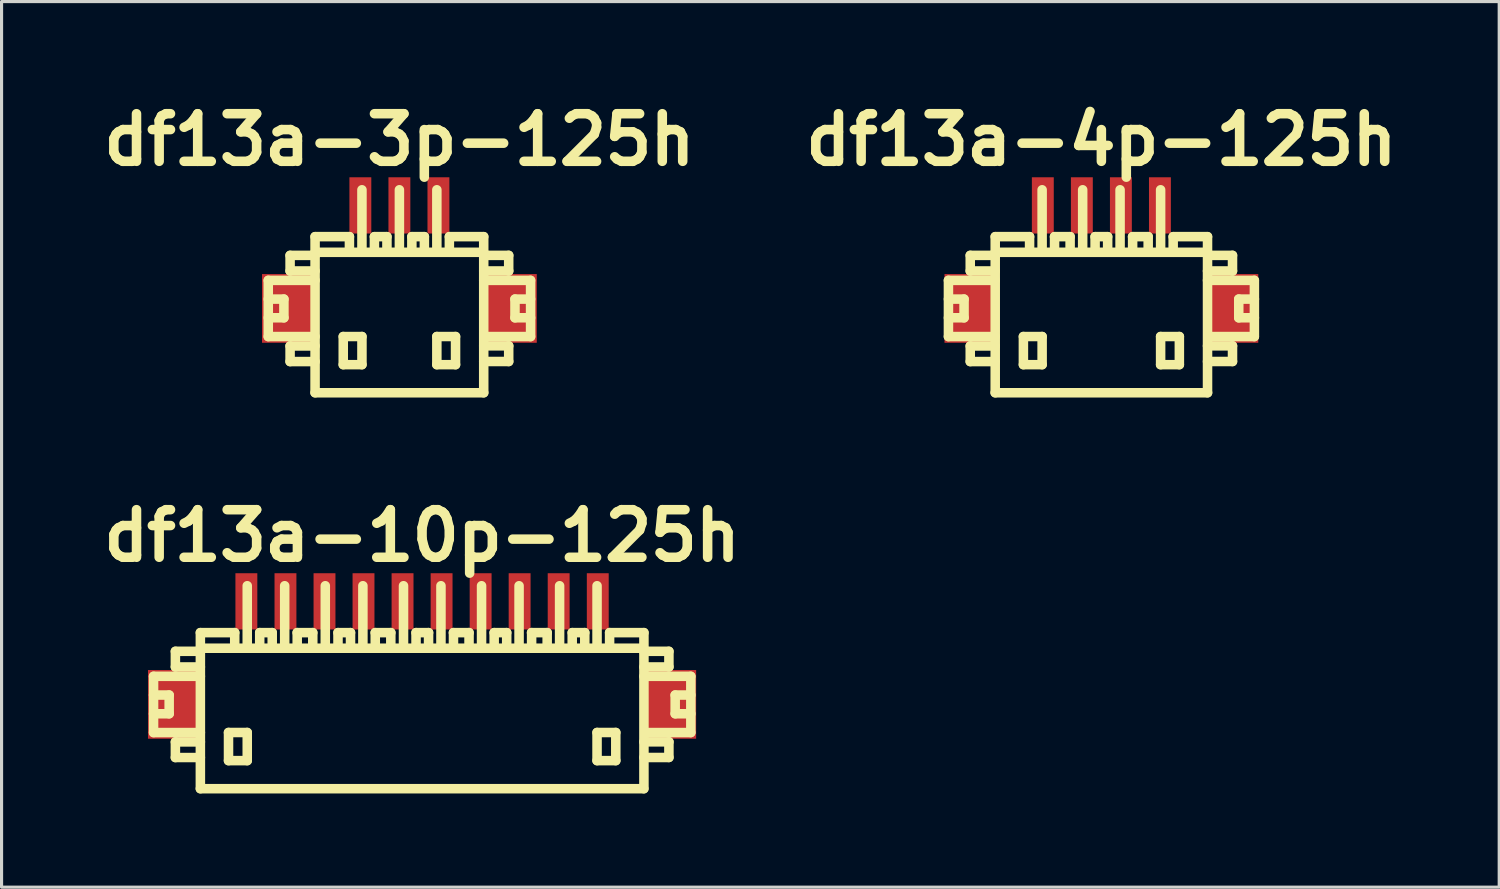
<source format=kicad_pcb>
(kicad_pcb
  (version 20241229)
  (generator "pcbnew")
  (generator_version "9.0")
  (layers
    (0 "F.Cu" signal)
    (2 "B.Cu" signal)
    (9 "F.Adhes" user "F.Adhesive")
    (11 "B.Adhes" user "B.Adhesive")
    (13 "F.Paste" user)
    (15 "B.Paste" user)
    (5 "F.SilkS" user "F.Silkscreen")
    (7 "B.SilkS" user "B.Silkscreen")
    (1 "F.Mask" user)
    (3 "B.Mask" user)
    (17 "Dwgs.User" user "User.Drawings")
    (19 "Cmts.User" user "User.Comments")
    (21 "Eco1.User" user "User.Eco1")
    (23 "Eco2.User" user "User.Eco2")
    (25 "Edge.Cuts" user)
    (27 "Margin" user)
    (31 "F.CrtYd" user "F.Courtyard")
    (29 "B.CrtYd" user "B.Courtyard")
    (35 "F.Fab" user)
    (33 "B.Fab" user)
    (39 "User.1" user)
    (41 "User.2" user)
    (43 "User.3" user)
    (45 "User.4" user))
  (footprint "df13a-4p-125h"
    (layer "F.Cu")
    (at 32.217 7.027)
    (property "Reference" "df13a-4p-125h" (at 0 -5.601 0) (layer "F.SilkS") (effects (font (size 1.524 1.524) (thickness 0.305))))
    (attr through_hole)
    (fp_line (start -4.897 -1.1) (end -4.897 0.701) (stroke (width 0.305) (type solid)) (layer "F.SilkS"))
    (fp_line (start -4.897 0.701) (end -3.399 0.701) (stroke (width 0.305) (type solid)) (layer "F.SilkS"))
    (fp_line (start -4.397 -0.5) (end -4.897 -0.5) (stroke (width 0.305) (type solid)) (layer "F.SilkS"))
    (fp_line (start -4.397 0.099) (end -4.897 0.099) (stroke (width 0.305) (type solid)) (layer "F.SilkS"))
    (fp_line (start -4.397 0.099) (end -4.397 -0.5) (stroke (width 0.305) (type solid)) (layer "F.SilkS"))
    (fp_line (start -4.199 -1.9) (end -4.199 -1.4) (stroke (width 0.305) (type solid)) (layer "F.SilkS"))
    (fp_line (start -4.199 -1.9) (end -3.399 -1.9) (stroke (width 0.305) (type solid)) (layer "F.SilkS"))
    (fp_line (start -4.199 1.001) (end -4.199 1.501) (stroke (width 0.305) (type solid)) (layer "F.SilkS"))
    (fp_line (start -4.199 1.501) (end -3.399 1.501) (stroke (width 0.305) (type solid)) (layer "F.SilkS"))
    (fp_line (start -3.401 -1.999) (end 3.401 -1.999) (stroke (width 0.305) (type solid)) (layer "F.SilkS"))
    (fp_line (start -3.401 2.499) (end 3.401 2.499) (stroke (width 0.305) (type solid)) (layer "F.SilkS"))
    (fp_line (start -3.399 -1.4) (end -4.199 -1.4) (stroke (width 0.305) (type solid)) (layer "F.SilkS"))
    (fp_line (start -3.399 -1.1) (end -4.897 -1.1) (stroke (width 0.305) (type solid)) (layer "F.SilkS"))
    (fp_line (start -3.399 1.001) (end -4.199 1.001) (stroke (width 0.305) (type solid)) (layer "F.SilkS"))
    (fp_line (start -3.399 2.499) (end -3.399 -2.499) (stroke (width 0.305) (type solid)) (layer "F.SilkS"))
    (fp_line (start -2.497 0.699) (end -2.497 1.6) (stroke (width 0.305) (type solid)) (layer "F.SilkS"))
    (fp_line (start -2.497 1.6) (end -1.897 1.6) (stroke (width 0.305) (type solid)) (layer "F.SilkS"))
    (fp_line (start -2.299 -2.499) (end -3.399 -2.499) (stroke (width 0.305) (type solid)) (layer "F.SilkS"))
    (fp_line (start -2.299 -2.499) (end -2.299 -1.999) (stroke (width 0.305) (type solid)) (layer "F.SilkS"))
    (fp_line (start -1.897 -4) (end -1.897 -1.999) (stroke (width 0.305) (type solid)) (layer "F.SilkS"))
    (fp_line (start -1.897 0.699) (end -2.497 0.699) (stroke (width 0.305) (type solid)) (layer "F.SilkS"))
    (fp_line (start -1.897 1.6) (end -1.897 0.699) (stroke (width 0.305) (type solid)) (layer "F.SilkS"))
    (fp_line (start -1.501 -2.499) (end -1.001 -2.499) (stroke (width 0.305) (type solid)) (layer "F.SilkS"))
    (fp_line (start -1.499 -1.999) (end -1.499 -2.499) (stroke (width 0.305) (type solid)) (layer "F.SilkS"))
    (fp_line (start -1.001 -2.499) (end -1.001 -1.999) (stroke (width 0.305) (type solid)) (layer "F.SilkS"))
    (fp_line (start -0.599 -1.999) (end -0.599 -4) (stroke (width 0.305) (type solid)) (layer "F.SilkS"))
    (fp_line (start -0.201 -2.499) (end -0.201 -1.999) (stroke (width 0.305) (type solid)) (layer "F.SilkS"))
    (fp_line (start 0.201 -2.499) (end -0.201 -2.499) (stroke (width 0.305) (type solid)) (layer "F.SilkS"))
    (fp_line (start 0.201 -2.499) (end 0.201 -1.999) (stroke (width 0.305) (type solid)) (layer "F.SilkS"))
    (fp_line (start 0.599 -1.999) (end 0.599 -4) (stroke (width 0.305) (type solid)) (layer "F.SilkS"))
    (fp_line (start 0.998 -2.499) (end 1.499 -2.499) (stroke (width 0.305) (type solid)) (layer "F.SilkS"))
    (fp_line (start 1.001 -1.999) (end 1.001 -2.499) (stroke (width 0.305) (type solid)) (layer "F.SilkS"))
    (fp_line (start 1.499 -2.499) (end 1.499 -1.999) (stroke (width 0.305) (type solid)) (layer "F.SilkS"))
    (fp_line (start 1.897 -1.999) (end 1.897 -4) (stroke (width 0.305) (type solid)) (layer "F.SilkS"))
    (fp_line (start 1.897 0.699) (end 2.497 0.699) (stroke (width 0.305) (type solid)) (layer "F.SilkS"))
    (fp_line (start 1.897 1.6) (end 1.897 0.699) (stroke (width 0.305) (type solid)) (layer "F.SilkS"))
    (fp_line (start 2.299 -2.499) (end 2.299 -1.999) (stroke (width 0.305) (type solid)) (layer "F.SilkS"))
    (fp_line (start 2.497 0.699) (end 2.497 1.6) (stroke (width 0.305) (type solid)) (layer "F.SilkS"))
    (fp_line (start 2.497 1.6) (end 1.897 1.6) (stroke (width 0.305) (type solid)) (layer "F.SilkS"))
    (fp_line (start 3.399 -2.499) (end 2.299 -2.499) (stroke (width 0.305) (type solid)) (layer "F.SilkS"))
    (fp_line (start 3.399 -2.499) (end 3.399 2.499) (stroke (width 0.305) (type solid)) (layer "F.SilkS"))
    (fp_line (start 3.399 -1.9) (end 4.199 -1.9) (stroke (width 0.305) (type solid)) (layer "F.SilkS"))
    (fp_line (start 3.399 0.998) (end 4.199 0.998) (stroke (width 0.305) (type solid)) (layer "F.SilkS"))
    (fp_line (start 4.199 -1.9) (end 4.199 -1.4) (stroke (width 0.305) (type solid)) (layer "F.SilkS"))
    (fp_line (start 4.199 -1.4) (end 3.399 -1.4) (stroke (width 0.305) (type solid)) (layer "F.SilkS"))
    (fp_line (start 4.199 0.998) (end 4.199 1.499) (stroke (width 0.305) (type solid)) (layer "F.SilkS"))
    (fp_line (start 4.199 1.499) (end 3.399 1.499) (stroke (width 0.305) (type solid)) (layer "F.SilkS"))
    (fp_line (start 4.399 0.099) (end 4.399 -0.5) (stroke (width 0.305) (type solid)) (layer "F.SilkS"))
    (fp_line (start 4.897 -1.1) (end 3.399 -1.1) (stroke (width 0.305) (type solid)) (layer "F.SilkS"))
    (fp_line (start 4.897 0.701) (end 3.498 0.701) (stroke (width 0.305) (type solid)) (layer "F.SilkS"))
    (fp_line (start 4.9 -1.1) (end 4.9 0.701) (stroke (width 0.305) (type solid)) (layer "F.SilkS"))
    (fp_line (start 4.9 -0.5) (end 4.399 -0.5) (stroke (width 0.305) (type solid)) (layer "F.SilkS"))
    (fp_line (start 4.9 0.099) (end 4.399 0.099) (stroke (width 0.305) (type solid)) (layer "F.SilkS"))
    (pad "" smd rect (at -4.224 -0.201) (size 1.6 2.2) (layers "F.Cu" "F.Mask" "F.Paste"))
    (pad "" smd rect (at 4.224 -0.201) (size 1.6 2.2) (layers "F.Cu" "F.Mask" "F.Paste"))
    (pad "1" smd rect (at 1.875 -3.5) (size 0.701 1.801) (layers "F.Cu" "F.Mask" "F.Paste"))
    (pad "2" smd rect (at 0.625 -3.5) (size 0.701 1.801) (layers "F.Cu" "F.Mask" "F.Paste"))
    (pad "3" smd rect (at -0.625 -3.5) (size 0.701 1.801) (layers "F.Cu" "F.Mask" "F.Paste"))
    (pad "4" smd rect (at -1.875 -3.5) (size 0.701 1.801) (layers "F.Cu" "F.Mask" "F.Paste")))
  (footprint "df13a-3p-125h"
    (layer "F.Cu")
    (at 9.739 7.027)
    (property "Reference" "df13a-3p-125h" (at 0 -5.601 0) (layer "F.SilkS") (effects (font (size 1.524 1.524) (thickness 0.305))))
    (attr through_hole)
    (fp_line (start -4.199 -1.1) (end -4.199 0.701) (stroke (width 0.305) (type solid)) (layer "F.SilkS"))
    (fp_line (start -4.199 0.701) (end -2.7 0.701) (stroke (width 0.305) (type solid)) (layer "F.SilkS"))
    (fp_line (start -3.698 -0.5) (end -4.199 -0.5) (stroke (width 0.305) (type solid)) (layer "F.SilkS"))
    (fp_line (start -3.698 0.099) (end -4.199 0.099) (stroke (width 0.305) (type solid)) (layer "F.SilkS"))
    (fp_line (start -3.698 0.099) (end -3.698 -0.5) (stroke (width 0.305) (type solid)) (layer "F.SilkS"))
    (fp_line (start -3.5 -1.9) (end -3.5 -1.4) (stroke (width 0.305) (type solid)) (layer "F.SilkS"))
    (fp_line (start -3.5 -1.9) (end -2.7 -1.9) (stroke (width 0.305) (type solid)) (layer "F.SilkS"))
    (fp_line (start -3.5 1.001) (end -3.5 1.501) (stroke (width 0.305) (type solid)) (layer "F.SilkS"))
    (fp_line (start -3.5 1.501) (end -2.7 1.501) (stroke (width 0.305) (type solid)) (layer "F.SilkS"))
    (fp_line (start -2.7 -1.999) (end 2.7 -1.999) (stroke (width 0.305) (type solid)) (layer "F.SilkS"))
    (fp_line (start -2.7 -1.4) (end -3.5 -1.4) (stroke (width 0.305) (type solid)) (layer "F.SilkS"))
    (fp_line (start -2.7 -1.1) (end -4.199 -1.1) (stroke (width 0.305) (type solid)) (layer "F.SilkS"))
    (fp_line (start -2.7 1.001) (end -3.5 1.001) (stroke (width 0.305) (type solid)) (layer "F.SilkS"))
    (fp_line (start -2.7 2.499) (end -2.7 -2.499) (stroke (width 0.305) (type solid)) (layer "F.SilkS"))
    (fp_line (start -2.7 2.499) (end 2.7 2.499) (stroke (width 0.305) (type solid)) (layer "F.SilkS"))
    (fp_line (start -1.798 0.699) (end -1.798 1.6) (stroke (width 0.305) (type solid)) (layer "F.SilkS"))
    (fp_line (start -1.798 1.6) (end -1.199 1.6) (stroke (width 0.305) (type solid)) (layer "F.SilkS"))
    (fp_line (start -1.6 -2.499) (end -2.7 -2.499) (stroke (width 0.305) (type solid)) (layer "F.SilkS"))
    (fp_line (start -1.6 -2.499) (end -1.6 -1.999) (stroke (width 0.305) (type solid)) (layer "F.SilkS"))
    (fp_line (start -1.199 -4) (end -1.199 -1.999) (stroke (width 0.305) (type solid)) (layer "F.SilkS"))
    (fp_line (start -1.199 0.699) (end -1.798 0.699) (stroke (width 0.305) (type solid)) (layer "F.SilkS"))
    (fp_line (start -1.199 1.6) (end -1.199 0.699) (stroke (width 0.305) (type solid)) (layer "F.SilkS"))
    (fp_line (start -0.8 -2.499) (end -0.399 -2.499) (stroke (width 0.305) (type solid)) (layer "F.SilkS"))
    (fp_line (start -0.8 -1.999) (end -0.8 -2.499) (stroke (width 0.305) (type solid)) (layer "F.SilkS"))
    (fp_line (start -0.399 -2.499) (end -0.399 -1.999) (stroke (width 0.305) (type solid)) (layer "F.SilkS"))
    (fp_line (start 0 -1.999) (end 0 -4) (stroke (width 0.305) (type solid)) (layer "F.SilkS"))
    (fp_line (start 0.399 -2.499) (end 0.399 -1.999) (stroke (width 0.305) (type solid)) (layer "F.SilkS"))
    (fp_line (start 0.8 -2.499) (end 0.399 -2.499) (stroke (width 0.305) (type solid)) (layer "F.SilkS"))
    (fp_line (start 0.8 -2.499) (end 0.8 -1.999) (stroke (width 0.305) (type solid)) (layer "F.SilkS"))
    (fp_line (start 1.199 -1.999) (end 1.199 -4) (stroke (width 0.305) (type solid)) (layer "F.SilkS"))
    (fp_line (start 1.199 0.699) (end 1.798 0.699) (stroke (width 0.305) (type solid)) (layer "F.SilkS"))
    (fp_line (start 1.199 1.6) (end 1.199 0.699) (stroke (width 0.305) (type solid)) (layer "F.SilkS"))
    (fp_line (start 1.6 -2.499) (end 1.6 -1.999) (stroke (width 0.305) (type solid)) (layer "F.SilkS"))
    (fp_line (start 1.798 0.699) (end 1.798 1.6) (stroke (width 0.305) (type solid)) (layer "F.SilkS"))
    (fp_line (start 1.798 1.6) (end 1.199 1.6) (stroke (width 0.305) (type solid)) (layer "F.SilkS"))
    (fp_line (start 2.7 -2.499) (end 1.6 -2.499) (stroke (width 0.305) (type solid)) (layer "F.SilkS"))
    (fp_line (start 2.7 -2.499) (end 2.7 2.499) (stroke (width 0.305) (type solid)) (layer "F.SilkS"))
    (fp_line (start 2.7 -1.9) (end 3.5 -1.9) (stroke (width 0.305) (type solid)) (layer "F.SilkS"))
    (fp_line (start 2.7 0.998) (end 3.5 0.998) (stroke (width 0.305) (type solid)) (layer "F.SilkS"))
    (fp_line (start 3.5 -1.9) (end 3.5 -1.4) (stroke (width 0.305) (type solid)) (layer "F.SilkS"))
    (fp_line (start 3.5 -1.4) (end 2.7 -1.4) (stroke (width 0.305) (type solid)) (layer "F.SilkS"))
    (fp_line (start 3.5 0.998) (end 3.5 1.499) (stroke (width 0.305) (type solid)) (layer "F.SilkS"))
    (fp_line (start 3.5 1.499) (end 2.7 1.499) (stroke (width 0.305) (type solid)) (layer "F.SilkS"))
    (fp_line (start 3.701 0.099) (end 3.701 -0.5) (stroke (width 0.305) (type solid)) (layer "F.SilkS"))
    (fp_line (start 4.199 -1.1) (end 2.7 -1.1) (stroke (width 0.305) (type solid)) (layer "F.SilkS"))
    (fp_line (start 4.199 0.701) (end 2.799 0.701) (stroke (width 0.305) (type solid)) (layer "F.SilkS"))
    (fp_line (start 4.201 -1.1) (end 4.201 0.701) (stroke (width 0.305) (type solid)) (layer "F.SilkS"))
    (fp_line (start 4.201 -0.5) (end 3.701 -0.5) (stroke (width 0.305) (type solid)) (layer "F.SilkS"))
    (fp_line (start 4.201 0.099) (end 3.701 0.099) (stroke (width 0.305) (type solid)) (layer "F.SilkS"))
    (pad "" smd rect (at -3.599 -0.201) (size 1.6 2.2) (layers "F.Cu" "F.Mask" "F.Paste"))
    (pad "" smd rect (at 3.599 -0.201) (size 1.6 2.2) (layers "F.Cu" "F.Mask" "F.Paste"))
    (pad "1" smd rect (at 1.25 -3.5) (size 0.701 1.801) (layers "F.Cu" "F.Mask" "F.Paste"))
    (pad "2" smd rect (at 0 -3.5) (size 0.701 1.801) (layers "F.Cu" "F.Mask" "F.Paste"))
    (pad "3" smd rect (at -1.25 -3.5) (size 0.701 1.801) (layers "F.Cu" "F.Mask" "F.Paste")))
  (footprint "df13a-10p-125h"
    (layer "F.Cu")
    (at 10.465 19.706)
    (property "Reference" "df13a-10p-125h" (at 0 -5.601 0) (layer "F.SilkS") (effects (font (size 1.524 1.524) (thickness 0.305))))
    (attr through_hole)
    (fp_line (start -8.598 -1.1) (end -8.598 0.701) (stroke (width 0.305) (type solid)) (layer "F.SilkS"))
    (fp_line (start -8.598 0.701) (end -7.099 0.701) (stroke (width 0.305) (type solid)) (layer "F.SilkS"))
    (fp_line (start -8.098 -0.5) (end -8.598 -0.5) (stroke (width 0.305) (type solid)) (layer "F.SilkS"))
    (fp_line (start -8.098 0.099) (end -8.598 0.099) (stroke (width 0.305) (type solid)) (layer "F.SilkS"))
    (fp_line (start -8.098 0.099) (end -8.098 -0.5) (stroke (width 0.305) (type solid)) (layer "F.SilkS"))
    (fp_line (start -7.899 -1.9) (end -7.899 -1.4) (stroke (width 0.305) (type solid)) (layer "F.SilkS"))
    (fp_line (start -7.899 -1.9) (end -7.099 -1.9) (stroke (width 0.305) (type solid)) (layer "F.SilkS"))
    (fp_line (start -7.899 1.001) (end -7.899 1.501) (stroke (width 0.305) (type solid)) (layer "F.SilkS"))
    (fp_line (start -7.899 1.501) (end -7.099 1.501) (stroke (width 0.305) (type solid)) (layer "F.SilkS"))
    (fp_line (start -7.099 -1.999) (end 7.099 -1.999) (stroke (width 0.305) (type solid)) (layer "F.SilkS"))
    (fp_line (start -7.099 -1.4) (end -7.899 -1.4) (stroke (width 0.305) (type solid)) (layer "F.SilkS"))
    (fp_line (start -7.099 -1.1) (end -8.598 -1.1) (stroke (width 0.305) (type solid)) (layer "F.SilkS"))
    (fp_line (start -7.099 1.001) (end -7.899 1.001) (stroke (width 0.305) (type solid)) (layer "F.SilkS"))
    (fp_line (start -7.099 2.499) (end -7.099 -2.499) (stroke (width 0.305) (type solid)) (layer "F.SilkS"))
    (fp_line (start -7.099 2.499) (end 7.099 2.499) (stroke (width 0.305) (type solid)) (layer "F.SilkS"))
    (fp_line (start -6.198 0.699) (end -6.198 1.6) (stroke (width 0.305) (type solid)) (layer "F.SilkS"))
    (fp_line (start -6.198 1.6) (end -5.598 1.6) (stroke (width 0.305) (type solid)) (layer "F.SilkS"))
    (fp_line (start -5.999 -2.499) (end -7.099 -2.499) (stroke (width 0.305) (type solid)) (layer "F.SilkS"))
    (fp_line (start -5.999 -2.499) (end -5.999 -1.999) (stroke (width 0.305) (type solid)) (layer "F.SilkS"))
    (fp_line (start -5.598 -4) (end -5.598 -1.999) (stroke (width 0.305) (type solid)) (layer "F.SilkS"))
    (fp_line (start -5.598 0.699) (end -6.198 0.699) (stroke (width 0.305) (type solid)) (layer "F.SilkS"))
    (fp_line (start -5.598 1.6) (end -5.598 0.699) (stroke (width 0.305) (type solid)) (layer "F.SilkS"))
    (fp_line (start -5.199 -2.499) (end -5.199 -1.999) (stroke (width 0.305) (type solid)) (layer "F.SilkS"))
    (fp_line (start -4.798 -2.499) (end -5.199 -2.499) (stroke (width 0.305) (type solid)) (layer "F.SilkS"))
    (fp_line (start -4.798 -2.499) (end -4.798 -1.999) (stroke (width 0.305) (type solid)) (layer "F.SilkS"))
    (fp_line (start -4.399 -1.999) (end -4.399 -4) (stroke (width 0.305) (type solid)) (layer "F.SilkS"))
    (fp_line (start -4 -2.499) (end -3.5 -2.499) (stroke (width 0.305) (type solid)) (layer "F.SilkS"))
    (fp_line (start -3.998 -1.999) (end -3.998 -2.499) (stroke (width 0.305) (type solid)) (layer "F.SilkS"))
    (fp_line (start -3.5 -2.499) (end -3.5 -1.999) (stroke (width 0.305) (type solid)) (layer "F.SilkS"))
    (fp_line (start -3.099 -1.999) (end -3.099 -4) (stroke (width 0.305) (type solid)) (layer "F.SilkS"))
    (fp_line (start -2.692 -2.499) (end -2.692 -1.999) (stroke (width 0.305) (type solid)) (layer "F.SilkS"))
    (fp_line (start -2.291 -2.499) (end -2.692 -2.499) (stroke (width 0.305) (type solid)) (layer "F.SilkS"))
    (fp_line (start -2.291 -2.499) (end -2.291 -1.999) (stroke (width 0.305) (type solid)) (layer "F.SilkS"))
    (fp_line (start -1.895 -1.999) (end -1.895 -4) (stroke (width 0.305) (type solid)) (layer "F.SilkS"))
    (fp_line (start -1.501 -2.499) (end -1.001 -2.499) (stroke (width 0.305) (type solid)) (layer "F.SilkS"))
    (fp_line (start -1.499 -1.999) (end -1.499 -2.499) (stroke (width 0.305) (type solid)) (layer "F.SilkS"))
    (fp_line (start -1.001 -2.499) (end -1.001 -1.999) (stroke (width 0.305) (type solid)) (layer "F.SilkS"))
    (fp_line (start -0.594 -1.999) (end -0.594 -4) (stroke (width 0.305) (type solid)) (layer "F.SilkS"))
    (fp_line (start -0.193 -2.499) (end -0.193 -1.999) (stroke (width 0.305) (type solid)) (layer "F.SilkS"))
    (fp_line (start 0.208 -2.499) (end -0.193 -2.499) (stroke (width 0.305) (type solid)) (layer "F.SilkS"))
    (fp_line (start 0.208 -2.499) (end 0.208 -1.999) (stroke (width 0.305) (type solid)) (layer "F.SilkS"))
    (fp_line (start 0.605 -1.999) (end 0.605 -4) (stroke (width 0.305) (type solid)) (layer "F.SilkS"))
    (fp_line (start 1.003 -2.499) (end 1.504 -2.499) (stroke (width 0.305) (type solid)) (layer "F.SilkS"))
    (fp_line (start 1.006 -1.999) (end 1.006 -2.499) (stroke (width 0.305) (type solid)) (layer "F.SilkS"))
    (fp_line (start 1.504 -2.499) (end 1.504 -1.999) (stroke (width 0.305) (type solid)) (layer "F.SilkS"))
    (fp_line (start 1.905 -1.999) (end 1.905 -4) (stroke (width 0.305) (type solid)) (layer "F.SilkS"))
    (fp_line (start 2.309 -2.499) (end 2.309 -1.999) (stroke (width 0.305) (type solid)) (layer "F.SilkS"))
    (fp_line (start 2.71 -2.499) (end 2.309 -2.499) (stroke (width 0.305) (type solid)) (layer "F.SilkS"))
    (fp_line (start 2.71 -2.499) (end 2.71 -1.999) (stroke (width 0.305) (type solid)) (layer "F.SilkS"))
    (fp_line (start 3.106 -1.999) (end 3.106 -4) (stroke (width 0.305) (type solid)) (layer "F.SilkS"))
    (fp_line (start 3.505 -2.499) (end 4.006 -2.499) (stroke (width 0.305) (type solid)) (layer "F.SilkS"))
    (fp_line (start 3.508 -1.999) (end 3.508 -2.499) (stroke (width 0.305) (type solid)) (layer "F.SilkS"))
    (fp_line (start 4.006 -2.499) (end 4.006 -1.999) (stroke (width 0.305) (type solid)) (layer "F.SilkS"))
    (fp_line (start 4.404 -1.999) (end 4.404 -4) (stroke (width 0.305) (type solid)) (layer "F.SilkS"))
    (fp_line (start 4.808 -2.499) (end 4.808 -1.999) (stroke (width 0.305) (type solid)) (layer "F.SilkS"))
    (fp_line (start 5.21 -2.499) (end 4.808 -2.499) (stroke (width 0.305) (type solid)) (layer "F.SilkS"))
    (fp_line (start 5.21 -2.499) (end 5.21 -1.999) (stroke (width 0.305) (type solid)) (layer "F.SilkS"))
    (fp_line (start 5.603 -1.999) (end 5.603 -4) (stroke (width 0.305) (type solid)) (layer "F.SilkS"))
    (fp_line (start 5.603 0.699) (end 6.203 0.699) (stroke (width 0.305) (type solid)) (layer "F.SilkS"))
    (fp_line (start 5.603 1.6) (end 5.603 0.699) (stroke (width 0.305) (type solid)) (layer "F.SilkS"))
    (fp_line (start 6.005 -2.499) (end 6.005 -1.999) (stroke (width 0.305) (type solid)) (layer "F.SilkS"))
    (fp_line (start 6.203 0.699) (end 6.203 1.6) (stroke (width 0.305) (type solid)) (layer "F.SilkS"))
    (fp_line (start 6.203 1.6) (end 5.603 1.6) (stroke (width 0.305) (type solid)) (layer "F.SilkS"))
    (fp_line (start 7.104 -2.499) (end 6.005 -2.499) (stroke (width 0.305) (type solid)) (layer "F.SilkS"))
    (fp_line (start 7.104 -2.499) (end 7.104 2.499) (stroke (width 0.305) (type solid)) (layer "F.SilkS"))
    (fp_line (start 7.104 -1.9) (end 7.904 -1.9) (stroke (width 0.305) (type solid)) (layer "F.SilkS"))
    (fp_line (start 7.104 0.998) (end 7.904 0.998) (stroke (width 0.305) (type solid)) (layer "F.SilkS"))
    (fp_line (start 7.904 -1.9) (end 7.904 -1.4) (stroke (width 0.305) (type solid)) (layer "F.SilkS"))
    (fp_line (start 7.904 -1.4) (end 7.104 -1.4) (stroke (width 0.305) (type solid)) (layer "F.SilkS"))
    (fp_line (start 7.904 0.998) (end 7.904 1.499) (stroke (width 0.305) (type solid)) (layer "F.SilkS"))
    (fp_line (start 7.904 1.499) (end 7.104 1.499) (stroke (width 0.305) (type solid)) (layer "F.SilkS"))
    (fp_line (start 8.105 0.099) (end 8.105 -0.5) (stroke (width 0.305) (type solid)) (layer "F.SilkS"))
    (fp_line (start 8.603 -1.1) (end 7.104 -1.1) (stroke (width 0.305) (type solid)) (layer "F.SilkS"))
    (fp_line (start 8.603 0.701) (end 7.203 0.701) (stroke (width 0.305) (type solid)) (layer "F.SilkS"))
    (fp_line (start 8.606 -1.1) (end 8.606 0.701) (stroke (width 0.305) (type solid)) (layer "F.SilkS"))
    (fp_line (start 8.606 -0.5) (end 8.105 -0.5) (stroke (width 0.305) (type solid)) (layer "F.SilkS"))
    (fp_line (start 8.606 0.099) (end 8.105 0.099) (stroke (width 0.305) (type solid)) (layer "F.SilkS"))
    (pad "" smd rect (at -7.976 -0.201) (size 1.6 2.2) (layers "F.Cu" "F.Mask" "F.Paste"))
    (pad "" smd rect (at 7.976 -0.201) (size 1.6 2.2) (layers "F.Cu" "F.Mask" "F.Paste"))
    (pad "1" smd rect (at 5.626 -3.5) (size 0.701 1.801) (layers "F.Cu" "F.Mask" "F.Paste"))
    (pad "2" smd rect (at 4.374 -3.5) (size 0.701 1.801) (layers "F.Cu" "F.Mask" "F.Paste"))
    (pad "3" smd rect (at 3.124 -3.5) (size 0.701 1.801) (layers "F.Cu" "F.Mask" "F.Paste"))
    (pad "4" smd rect (at 1.875 -3.5) (size 0.701 1.801) (layers "F.Cu" "F.Mask" "F.Paste"))
    (pad "5" smd rect (at 0.625 -3.5) (size 0.701 1.801) (layers "F.Cu" "F.Mask" "F.Paste"))
    (pad "6" smd rect (at -0.625 -3.5) (size 0.701 1.801) (layers "F.Cu" "F.Mask" "F.Paste"))
    (pad "7" smd rect (at -1.875 -3.5) (size 0.701 1.801) (layers "F.Cu" "F.Mask" "F.Paste"))
    (pad "8" smd rect (at -3.124 -3.5) (size 0.701 1.801) (layers "F.Cu" "F.Mask" "F.Paste"))
    (pad "9" smd rect (at -4.374 -3.5) (size 0.701 1.801) (layers "F.Cu" "F.Mask" "F.Paste"))
    (pad "10" smd rect (at -5.626 -3.5) (size 0.701 1.801) (layers "F.Cu" "F.Mask" "F.Paste")))
  (gr_rect
    (start -3 -3)
    (end 44.956 25.358)
    (stroke (width 0.1) (type default))
    (fill no)
    (layer "Edge.Cuts")))
</source>
